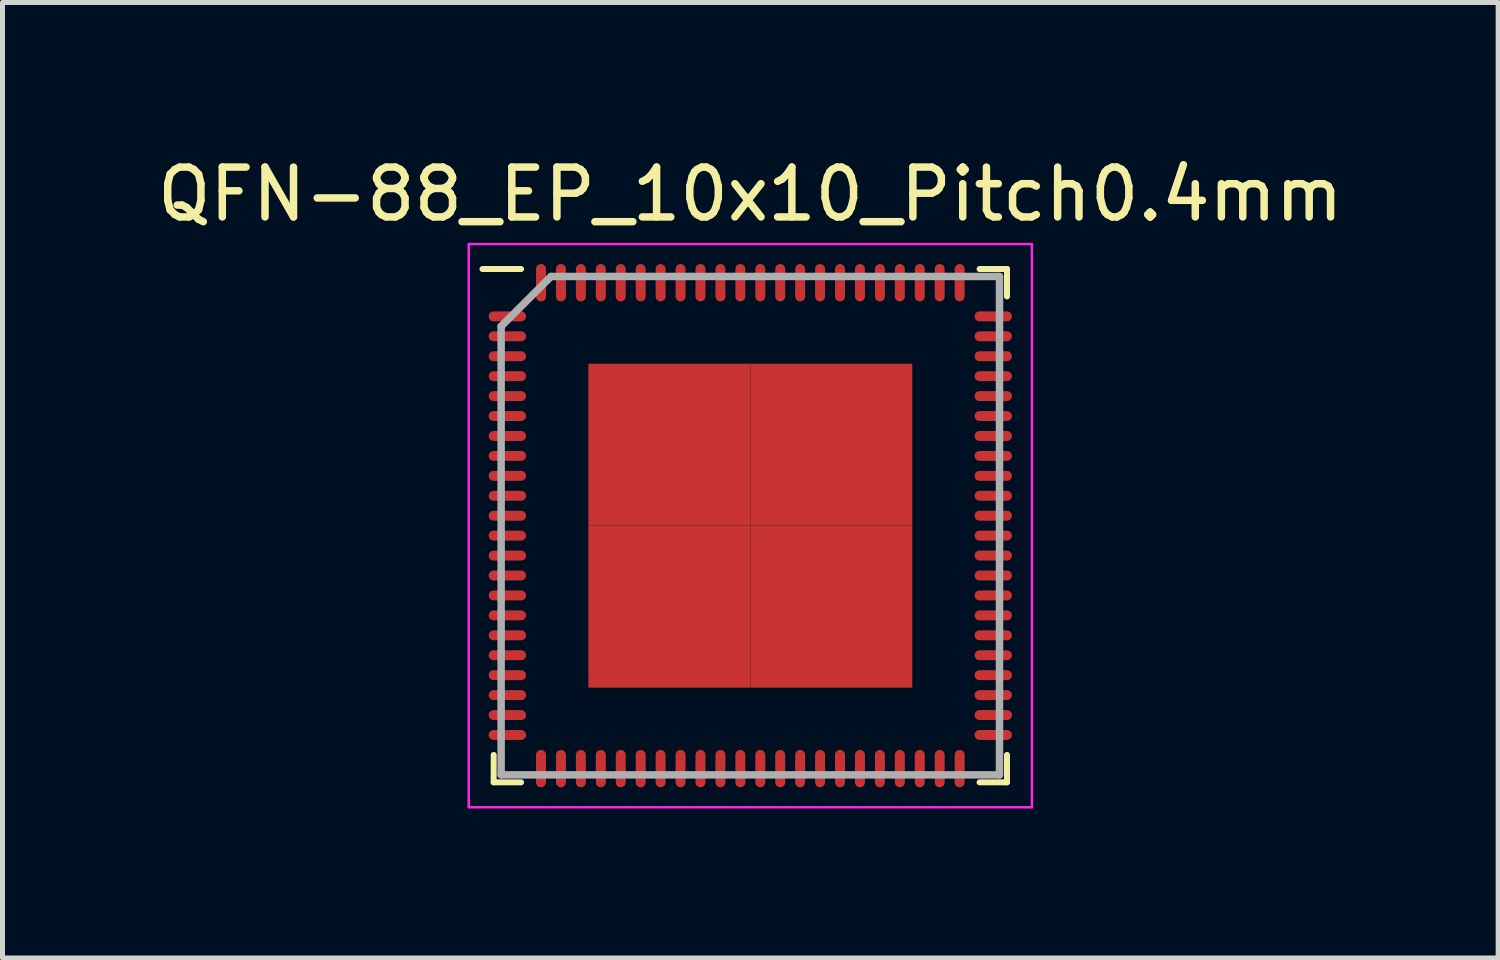
<source format=kicad_pcb>
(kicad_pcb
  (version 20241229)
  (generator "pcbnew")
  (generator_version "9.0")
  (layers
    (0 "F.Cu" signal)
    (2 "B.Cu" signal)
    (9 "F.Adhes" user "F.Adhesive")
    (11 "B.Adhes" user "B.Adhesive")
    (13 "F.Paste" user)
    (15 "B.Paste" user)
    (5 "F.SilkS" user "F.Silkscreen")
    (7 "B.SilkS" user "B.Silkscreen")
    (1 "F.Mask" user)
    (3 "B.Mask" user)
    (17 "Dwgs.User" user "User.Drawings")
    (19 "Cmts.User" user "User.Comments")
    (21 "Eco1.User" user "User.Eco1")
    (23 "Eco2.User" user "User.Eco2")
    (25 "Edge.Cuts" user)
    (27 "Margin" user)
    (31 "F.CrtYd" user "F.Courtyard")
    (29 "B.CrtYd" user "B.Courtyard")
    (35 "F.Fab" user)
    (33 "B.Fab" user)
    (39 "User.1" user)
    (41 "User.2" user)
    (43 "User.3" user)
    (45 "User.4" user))
  (footprint "QFN-88_EP_10x10_Pitch0.4mm"
    (layer "F.Cu")
    (at 12.006 7.498)
    (property "Reference" "QFN-88_EP_10x10_Pitch0.4mm" (at 0 -6.65 0) (layer "F.SilkS") (effects (font (size 1 1) (thickness 0.15))))
    (attr smd)
    (fp_line (start -5.15 5.15) (end -5.15 4.6) (stroke (width 0.12) (type solid)) (layer "F.SilkS"))
    (fp_line (start -4.6 -5.15) (end -5.375 -5.15) (stroke (width 0.12) (type solid)) (layer "F.SilkS"))
    (fp_line (start -4.6 5.15) (end -5.15 5.15) (stroke (width 0.12) (type solid)) (layer "F.SilkS"))
    (fp_line (start 4.6 -5.15) (end 5.15 -5.15) (stroke (width 0.12) (type solid)) (layer "F.SilkS"))
    (fp_line (start 4.6 5.15) (end 5.15 5.15) (stroke (width 0.12) (type solid)) (layer "F.SilkS"))
    (fp_line (start 5.15 -5.15) (end 5.15 -4.6) (stroke (width 0.12) (type solid)) (layer "F.SilkS"))
    (fp_line (start 5.15 5.15) (end 5.15 4.6) (stroke (width 0.12) (type solid)) (layer "F.SilkS"))
    (fp_line (start -5.65 -5.65) (end 5.65 -5.65) (stroke (width 0.05) (type solid)) (layer "F.CrtYd"))
    (fp_line (start -5.65 5.65) (end -5.65 -5.65) (stroke (width 0.05) (type solid)) (layer "F.CrtYd"))
    (fp_line (start 5.65 -5.65) (end 5.65 5.65) (stroke (width 0.05) (type solid)) (layer "F.CrtYd"))
    (fp_line (start 5.65 5.65) (end -5.65 5.65) (stroke (width 0.05) (type solid)) (layer "F.CrtYd"))
    (fp_line (start -5 -4) (end -5 5) (stroke (width 0.15) (type solid)) (layer "F.Fab"))
    (fp_line (start -5 5) (end 5 5) (stroke (width 0.15) (type solid)) (layer "F.Fab"))
    (fp_line (start -4 -5) (end -5 -4) (stroke (width 0.15) (type solid)) (layer "F.Fab"))
    (fp_line (start 5 -5) (end -4 -5) (stroke (width 0.15) (type solid)) (layer "F.Fab"))
    (fp_line (start 5 5) (end 5 -5) (stroke (width 0.15) (type solid)) (layer "F.Fab"))
    (pad "1" smd oval (at -4.875 -4.2 90) (size 0.2 0.75) (layers "F.Cu" "F.Mask" "F.Paste"))
    (pad "2" smd oval (at -4.875 -3.8 90) (size 0.2 0.75) (layers "F.Cu" "F.Mask" "F.Paste"))
    (pad "3" smd oval (at -4.875 -3.4 90) (size 0.2 0.75) (layers "F.Cu" "F.Mask" "F.Paste"))
    (pad "4" smd oval (at -4.875 -3 90) (size 0.2 0.75) (layers "F.Cu" "F.Mask" "F.Paste"))
    (pad "5" smd oval (at -4.875 -2.6 90) (size 0.2 0.75) (layers "F.Cu" "F.Mask" "F.Paste"))
    (pad "6" smd oval (at -4.875 -2.2 90) (size 0.2 0.75) (layers "F.Cu" "F.Mask" "F.Paste"))
    (pad "7" smd oval (at -4.875 -1.8 90) (size 0.2 0.75) (layers "F.Cu" "F.Mask" "F.Paste"))
    (pad "8" smd oval (at -4.875 -1.4 90) (size 0.2 0.75) (layers "F.Cu" "F.Mask" "F.Paste"))
    (pad "9" smd oval (at -4.875 -1 90) (size 0.2 0.75) (layers "F.Cu" "F.Mask" "F.Paste"))
    (pad "10" smd oval (at -4.875 -0.6 90) (size 0.2 0.75) (layers "F.Cu" "F.Mask" "F.Paste"))
    (pad "11" smd oval (at -4.875 -0.2 90) (size 0.2 0.75) (layers "F.Cu" "F.Mask" "F.Paste"))
    (pad "12" smd oval (at -4.875 0.2 90) (size 0.2 0.75) (layers "F.Cu" "F.Mask" "F.Paste"))
    (pad "13" smd oval (at -4.875 0.6 90) (size 0.2 0.75) (layers "F.Cu" "F.Mask" "F.Paste"))
    (pad "14" smd oval (at -4.875 1 90) (size 0.2 0.75) (layers "F.Cu" "F.Mask" "F.Paste"))
    (pad "15" smd oval (at -4.875 1.4 90) (size 0.2 0.75) (layers "F.Cu" "F.Mask" "F.Paste"))
    (pad "16" smd oval (at -4.875 1.8 90) (size 0.2 0.75) (layers "F.Cu" "F.Mask" "F.Paste"))
    (pad "17" smd oval (at -4.875 2.2 90) (size 0.2 0.75) (layers "F.Cu" "F.Mask" "F.Paste"))
    (pad "18" smd oval (at -4.875 2.6 90) (size 0.2 0.75) (layers "F.Cu" "F.Mask" "F.Paste"))
    (pad "19" smd oval (at -4.875 3 90) (size 0.2 0.75) (layers "F.Cu" "F.Mask" "F.Paste"))
    (pad "20" smd oval (at -4.875 3.4 90) (size 0.2 0.75) (layers "F.Cu" "F.Mask" "F.Paste"))
    (pad "21" smd oval (at -4.875 3.8 90) (size 0.2 0.75) (layers "F.Cu" "F.Mask" "F.Paste"))
    (pad "22" smd oval (at -4.875 4.2 90) (size 0.2 0.75) (layers "F.Cu" "F.Mask" "F.Paste"))
    (pad "23" smd oval (at -4.2 4.875) (size 0.2 0.75) (layers "F.Cu" "F.Mask" "F.Paste"))
    (pad "24" smd oval (at -3.8 4.875) (size 0.2 0.75) (layers "F.Cu" "F.Mask" "F.Paste"))
    (pad "25" smd oval (at -3.4 4.875) (size 0.2 0.75) (layers "F.Cu" "F.Mask" "F.Paste"))
    (pad "26" smd oval (at -3 4.875) (size 0.2 0.75) (layers "F.Cu" "F.Mask" "F.Paste"))
    (pad "27" smd oval (at -2.6 4.875) (size 0.2 0.75) (layers "F.Cu" "F.Mask" "F.Paste"))
    (pad "28" smd oval (at -2.2 4.875) (size 0.2 0.75) (layers "F.Cu" "F.Mask" "F.Paste"))
    (pad "29" smd oval (at -1.8 4.875) (size 0.2 0.75) (layers "F.Cu" "F.Mask" "F.Paste"))
    (pad "30" smd oval (at -1.4 4.875) (size 0.2 0.75) (layers "F.Cu" "F.Mask" "F.Paste"))
    (pad "31" smd oval (at -1 4.875) (size 0.2 0.75) (layers "F.Cu" "F.Mask" "F.Paste"))
    (pad "32" smd oval (at -0.6 4.875) (size 0.2 0.75) (layers "F.Cu" "F.Mask" "F.Paste"))
    (pad "33" smd oval (at -0.2 4.875) (size 0.2 0.75) (layers "F.Cu" "F.Mask" "F.Paste"))
    (pad "34" smd oval (at 0.2 4.875) (size 0.2 0.75) (layers "F.Cu" "F.Mask" "F.Paste"))
    (pad "35" smd oval (at 0.6 4.875) (size 0.2 0.75) (layers "F.Cu" "F.Mask" "F.Paste"))
    (pad "36" smd oval (at 1 4.875) (size 0.2 0.75) (layers "F.Cu" "F.Mask" "F.Paste"))
    (pad "37" smd oval (at 1.4 4.875) (size 0.2 0.75) (layers "F.Cu" "F.Mask" "F.Paste"))
    (pad "38" smd oval (at 1.8 4.875) (size 0.2 0.75) (layers "F.Cu" "F.Mask" "F.Paste"))
    (pad "39" smd oval (at 2.2 4.875) (size 0.2 0.75) (layers "F.Cu" "F.Mask" "F.Paste"))
    (pad "40" smd oval (at 2.6 4.875) (size 0.2 0.75) (layers "F.Cu" "F.Mask" "F.Paste"))
    (pad "41" smd oval (at 3 4.875) (size 0.2 0.75) (layers "F.Cu" "F.Mask" "F.Paste"))
    (pad "42" smd oval (at 3.4 4.875) (size 0.2 0.75) (layers "F.Cu" "F.Mask" "F.Paste"))
    (pad "43" smd oval (at 3.8 4.875) (size 0.2 0.75) (layers "F.Cu" "F.Mask" "F.Paste"))
    (pad "44" smd oval (at 4.2 4.875) (size 0.2 0.75) (layers "F.Cu" "F.Mask" "F.Paste"))
    (pad "45" smd oval (at 4.875 4.2 90) (size 0.2 0.75) (layers "F.Cu" "F.Mask" "F.Paste"))
    (pad "46" smd oval (at 4.875 3.8 90) (size 0.2 0.75) (layers "F.Cu" "F.Mask" "F.Paste"))
    (pad "47" smd oval (at 4.875 3.4 90) (size 0.2 0.75) (layers "F.Cu" "F.Mask" "F.Paste"))
    (pad "48" smd oval (at 4.875 3 90) (size 0.2 0.75) (layers "F.Cu" "F.Mask" "F.Paste"))
    (pad "49" smd oval (at 4.875 2.6 90) (size 0.2 0.75) (layers "F.Cu" "F.Mask" "F.Paste"))
    (pad "50" smd oval (at 4.875 2.2 90) (size 0.2 0.75) (layers "F.Cu" "F.Mask" "F.Paste"))
    (pad "51" smd oval (at 4.875 1.8 90) (size 0.2 0.75) (layers "F.Cu" "F.Mask" "F.Paste"))
    (pad "52" smd oval (at 4.875 1.4 90) (size 0.2 0.75) (layers "F.Cu" "F.Mask" "F.Paste"))
    (pad "53" smd oval (at 4.875 1 90) (size 0.2 0.75) (layers "F.Cu" "F.Mask" "F.Paste"))
    (pad "54" smd oval (at 4.875 0.6 90) (size 0.2 0.75) (layers "F.Cu" "F.Mask" "F.Paste"))
    (pad "55" smd oval (at 4.875 0.2 90) (size 0.2 0.75) (layers "F.Cu" "F.Mask" "F.Paste"))
    (pad "56" smd oval (at 4.875 -0.2 90) (size 0.2 0.75) (layers "F.Cu" "F.Mask" "F.Paste"))
    (pad "57" smd oval (at 4.875 -0.6 90) (size 0.2 0.75) (layers "F.Cu" "F.Mask" "F.Paste"))
    (pad "58" smd oval (at 4.875 -1 90) (size 0.2 0.75) (layers "F.Cu" "F.Mask" "F.Paste"))
    (pad "59" smd oval (at 4.875 -1.4 90) (size 0.2 0.75) (layers "F.Cu" "F.Mask" "F.Paste"))
    (pad "60" smd oval (at 4.875 -1.8 90) (size 0.2 0.75) (layers "F.Cu" "F.Mask" "F.Paste"))
    (pad "61" smd oval (at 4.875 -2.2 90) (size 0.2 0.75) (layers "F.Cu" "F.Mask" "F.Paste"))
    (pad "62" smd oval (at 4.875 -2.6 90) (size 0.2 0.75) (layers "F.Cu" "F.Mask" "F.Paste"))
    (pad "63" smd oval (at 4.875 -3 90) (size 0.2 0.75) (layers "F.Cu" "F.Mask" "F.Paste"))
    (pad "64" smd oval (at 4.875 -3.4 90) (size 0.2 0.75) (layers "F.Cu" "F.Mask" "F.Paste"))
    (pad "65" smd oval (at 4.875 -3.8 90) (size 0.2 0.75) (layers "F.Cu" "F.Mask" "F.Paste"))
    (pad "66" smd oval (at 4.875 -4.2 90) (size 0.2 0.75) (layers "F.Cu" "F.Mask" "F.Paste"))
    (pad "67" smd oval (at 4.2 -4.875) (size 0.2 0.75) (layers "F.Cu" "F.Mask" "F.Paste"))
    (pad "68" smd oval (at 3.8 -4.875) (size 0.2 0.75) (layers "F.Cu" "F.Mask" "F.Paste"))
    (pad "69" smd oval (at 3.4 -4.875) (size 0.2 0.75) (layers "F.Cu" "F.Mask" "F.Paste"))
    (pad "70" smd oval (at 3 -4.875) (size 0.2 0.75) (layers "F.Cu" "F.Mask" "F.Paste"))
    (pad "71" smd oval (at 2.6 -4.875) (size 0.2 0.75) (layers "F.Cu" "F.Mask" "F.Paste"))
    (pad "72" smd oval (at 2.2 -4.875) (size 0.2 0.75) (layers "F.Cu" "F.Mask" "F.Paste"))
    (pad "73" smd oval (at 1.8 -4.875) (size 0.2 0.75) (layers "F.Cu" "F.Mask" "F.Paste"))
    (pad "74" smd oval (at 1.4 -4.875) (size 0.2 0.75) (layers "F.Cu" "F.Mask" "F.Paste"))
    (pad "75" smd oval (at 1 -4.875) (size 0.2 0.75) (layers "F.Cu" "F.Mask" "F.Paste"))
    (pad "76" smd oval (at 0.6 -4.875) (size 0.2 0.75) (layers "F.Cu" "F.Mask" "F.Paste"))
    (pad "77" smd oval (at 0.2 -4.875) (size 0.2 0.75) (layers "F.Cu" "F.Mask" "F.Paste"))
    (pad "78" smd oval (at -0.2 -4.875) (size 0.2 0.75) (layers "F.Cu" "F.Mask" "F.Paste"))
    (pad "79" smd oval (at -0.6 -4.875) (size 0.2 0.75) (layers "F.Cu" "F.Mask" "F.Paste"))
    (pad "80" smd oval (at -1 -4.875) (size 0.2 0.75) (layers "F.Cu" "F.Mask" "F.Paste"))
    (pad "81" smd oval (at -1.4 -4.875) (size 0.2 0.75) (layers "F.Cu" "F.Mask" "F.Paste"))
    (pad "82" smd oval (at -1.8 -4.875) (size 0.2 0.75) (layers "F.Cu" "F.Mask" "F.Paste"))
    (pad "83" smd oval (at -2.2 -4.875) (size 0.2 0.75) (layers "F.Cu" "F.Mask" "F.Paste"))
    (pad "84" smd oval (at -2.6 -4.875) (size 0.2 0.75) (layers "F.Cu" "F.Mask" "F.Paste"))
    (pad "85" smd oval (at -3 -4.875) (size 0.2 0.75) (layers "F.Cu" "F.Mask" "F.Paste"))
    (pad "86" smd oval (at -3.4 -4.875) (size 0.2 0.75) (layers "F.Cu" "F.Mask" "F.Paste"))
    (pad "87" smd oval (at -3.8 -4.875) (size 0.2 0.75) (layers "F.Cu" "F.Mask" "F.Paste"))
    (pad "88" smd oval (at -4.2 -4.875) (size 0.2 0.75) (layers "F.Cu" "F.Mask" "F.Paste"))
    (pad "89" smd rect (at -1.625 -1.625) (size 3.25 3.25) (layers "F.Cu" "F.Mask" "F.Paste"))
    (pad "89" smd rect (at -1.625 1.625) (size 3.25 3.25) (layers "F.Cu" "F.Mask" "F.Paste"))
    (pad "89" smd rect (at 1.625 -1.625) (size 3.25 3.25) (layers "F.Cu" "F.Mask" "F.Paste"))
    (pad "89" smd rect (at 1.625 1.625) (size 3.25 3.25) (layers "F.Cu" "F.Mask" "F.Paste")))
  (gr_rect
    (start -3 -3)
    (end 27.012 16.173)
    (stroke (width 0.1) (type default))
    (fill no)
    (layer "Edge.Cuts")))
</source>
